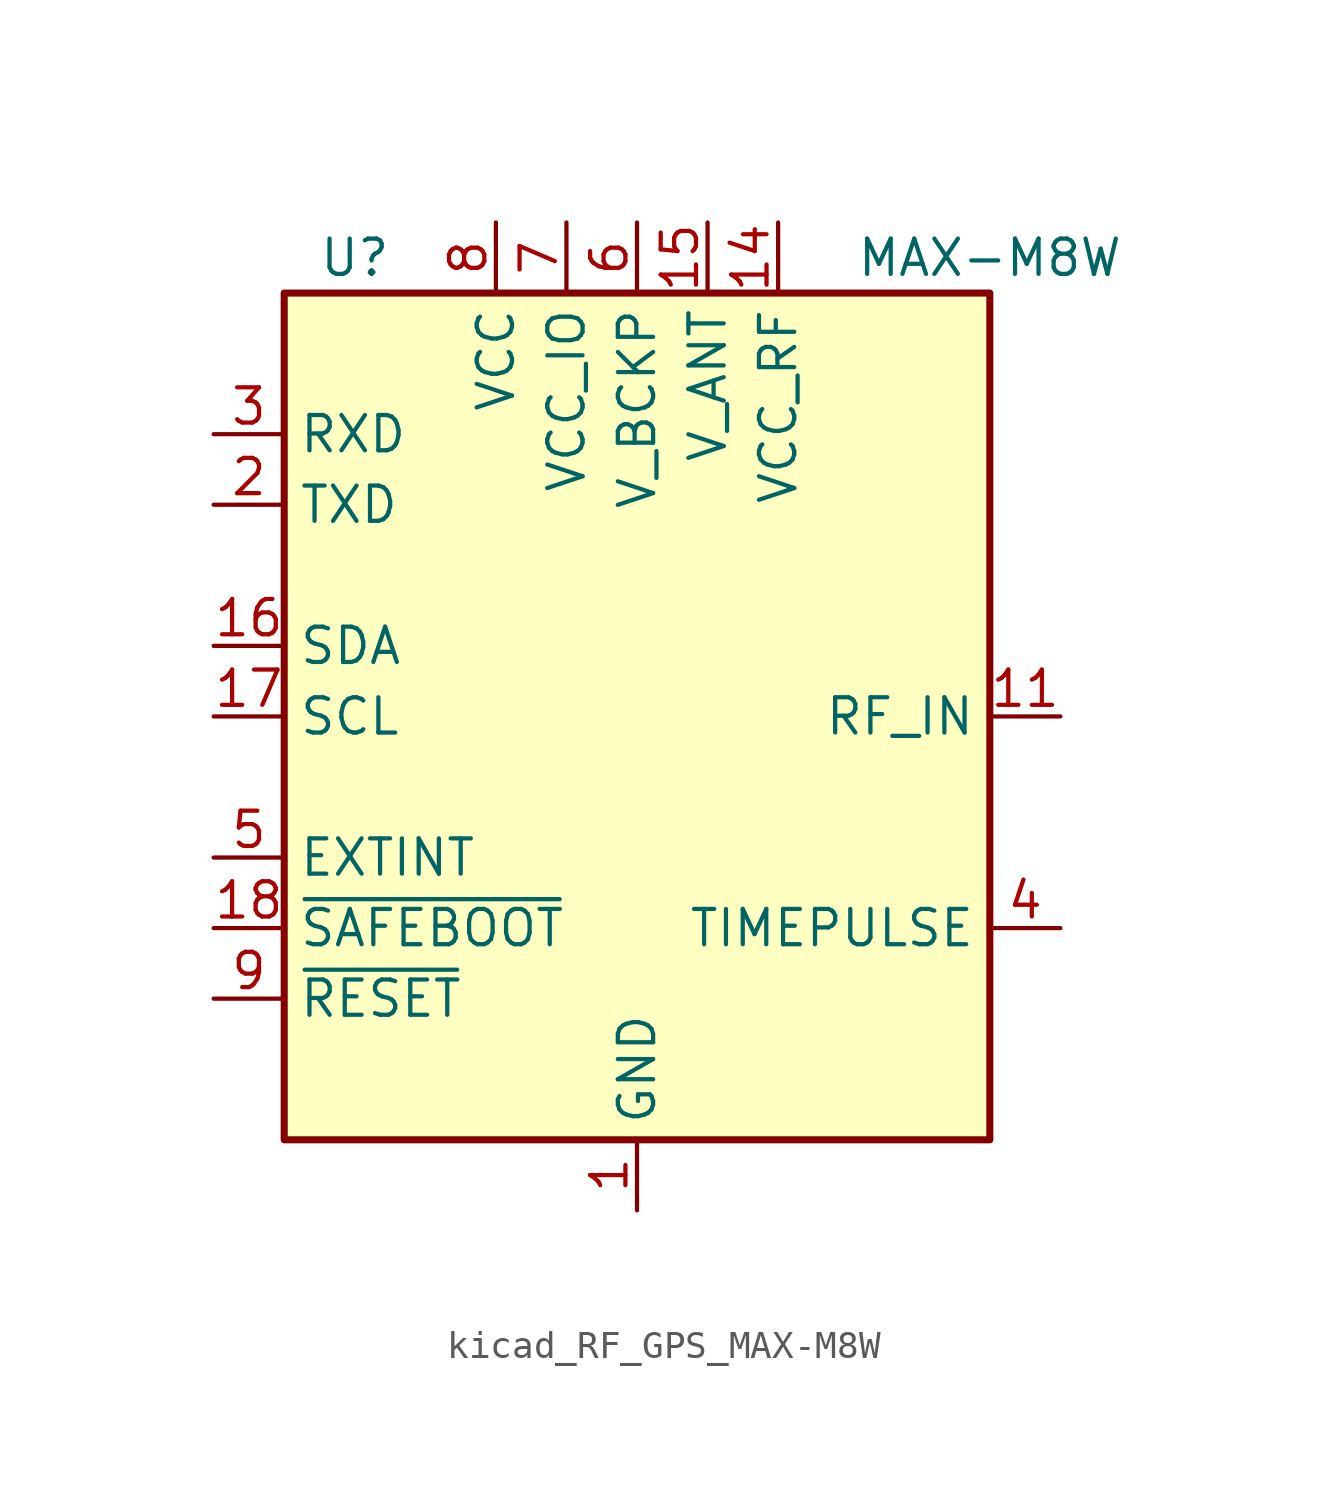
<source format=kicad_sym>
(kicad_symbol_lib
  (version 20220914)
  (generator kicad_symbol_editor)
  (symbol "kicad_RF_GPS_MAX-M8W"
    (property "Reference" "U"
      (at -10.16 16.51 0)
      (effects (font (size 1.27 1.27))))
    (property "Value" "MAX-M8W"
      (at 12.7 16.51 0)
      (effects (font (size 1.27 1.27))))
    (symbol "kicad_RF_GPS_MAX-M8W_0_1"
      (rectangle (start 12.7 15.24) (end -12.7 -15.24) (stroke (width 0.254) (type default)) (fill (type background))))
    (symbol "kicad_RF_GPS_MAX-M8W_1_1"
      (pin power_in line (at 0 -17.78 90) (length 2.54) (name "GND" (effects (font (size 1.27 1.27)))) (number "1" (effects (font (size 1.27 1.27)))))
      (pin passive line (at 0 -17.78 90) (length 2.54) hide (name "GND" (effects (font (size 1.27 1.27)))) (number "10" (effects (font (size 1.27 1.27)))))
      (pin input line (at 15.24 0 180) (length 2.54) (name "RF_IN" (effects (font (size 1.27 1.27)))) (number "11" (effects (font (size 1.27 1.27)))))
      (pin passive line (at 0 -17.78 90) (length 2.54) hide (name "GND" (effects (font (size 1.27 1.27)))) (number "12" (effects (font (size 1.27 1.27)))))
      (pin no_connect line (at 12.7 -5.08 180) (length 2.54) hide (name "Reserved" (effects (font (size 1.27 1.27)))) (number "13" (effects (font (size 1.27 1.27)))))
      (pin power_out line (at 5.08 17.78 270) (length 2.54) (name "VCC_RF" (effects (font (size 1.27 1.27)))) (number "14" (effects (font (size 1.27 1.27)))))
      (pin power_in line (at 2.54 17.78 270) (length 2.54) (name "V_ANT" (effects (font (size 1.27 1.27)))) (number "15" (effects (font (size 1.27 1.27)))))
      (pin bidirectional line (at -15.24 2.54 0) (length 2.54) (name "SDA" (effects (font (size 1.27 1.27)))) (number "16" (effects (font (size 1.27 1.27)))))
      (pin input line (at -15.24 0 0) (length 2.54) (name "SCL" (effects (font (size 1.27 1.27)))) (number "17" (effects (font (size 1.27 1.27)))))
      (pin input line (at -15.24 -7.62 0) (length 2.54) (name "~{SAFEBOOT}" (effects (font (size 1.27 1.27)))) (number "18" (effects (font (size 1.27 1.27)))))
      (pin output line (at -15.24 7.62 0) (length 2.54) (name "TXD" (effects (font (size 1.27 1.27)))) (number "2" (effects (font (size 1.27 1.27)))))
      (pin input line (at -15.24 10.16 0) (length 2.54) (name "RXD" (effects (font (size 1.27 1.27)))) (number "3" (effects (font (size 1.27 1.27)))))
      (pin output line (at 15.24 -7.62 180) (length 2.54) (name "TIMEPULSE" (effects (font (size 1.27 1.27)))) (number "4" (effects (font (size 1.27 1.27)))))
      (pin input line (at -15.24 -5.08 0) (length 2.54) (name "EXTINT" (effects (font (size 1.27 1.27)))) (number "5" (effects (font (size 1.27 1.27)))))
      (pin power_in line (at 0 17.78 270) (length 2.54) (name "V_BCKP" (effects (font (size 1.27 1.27)))) (number "6" (effects (font (size 1.27 1.27)))))
      (pin power_in line (at -2.54 17.78 270) (length 2.54) (name "VCC_IO" (effects (font (size 1.27 1.27)))) (number "7" (effects (font (size 1.27 1.27)))))
      (pin power_in line (at -5.08 17.78 270) (length 2.54) (name "VCC" (effects (font (size 1.27 1.27)))) (number "8" (effects (font (size 1.27 1.27)))))
      (pin input line (at -15.24 -10.16 0) (length 2.54) (name "~{RESET}" (effects (font (size 1.27 1.27)))) (number "9" (effects (font (size 1.27 1.27))))))))
</source>
